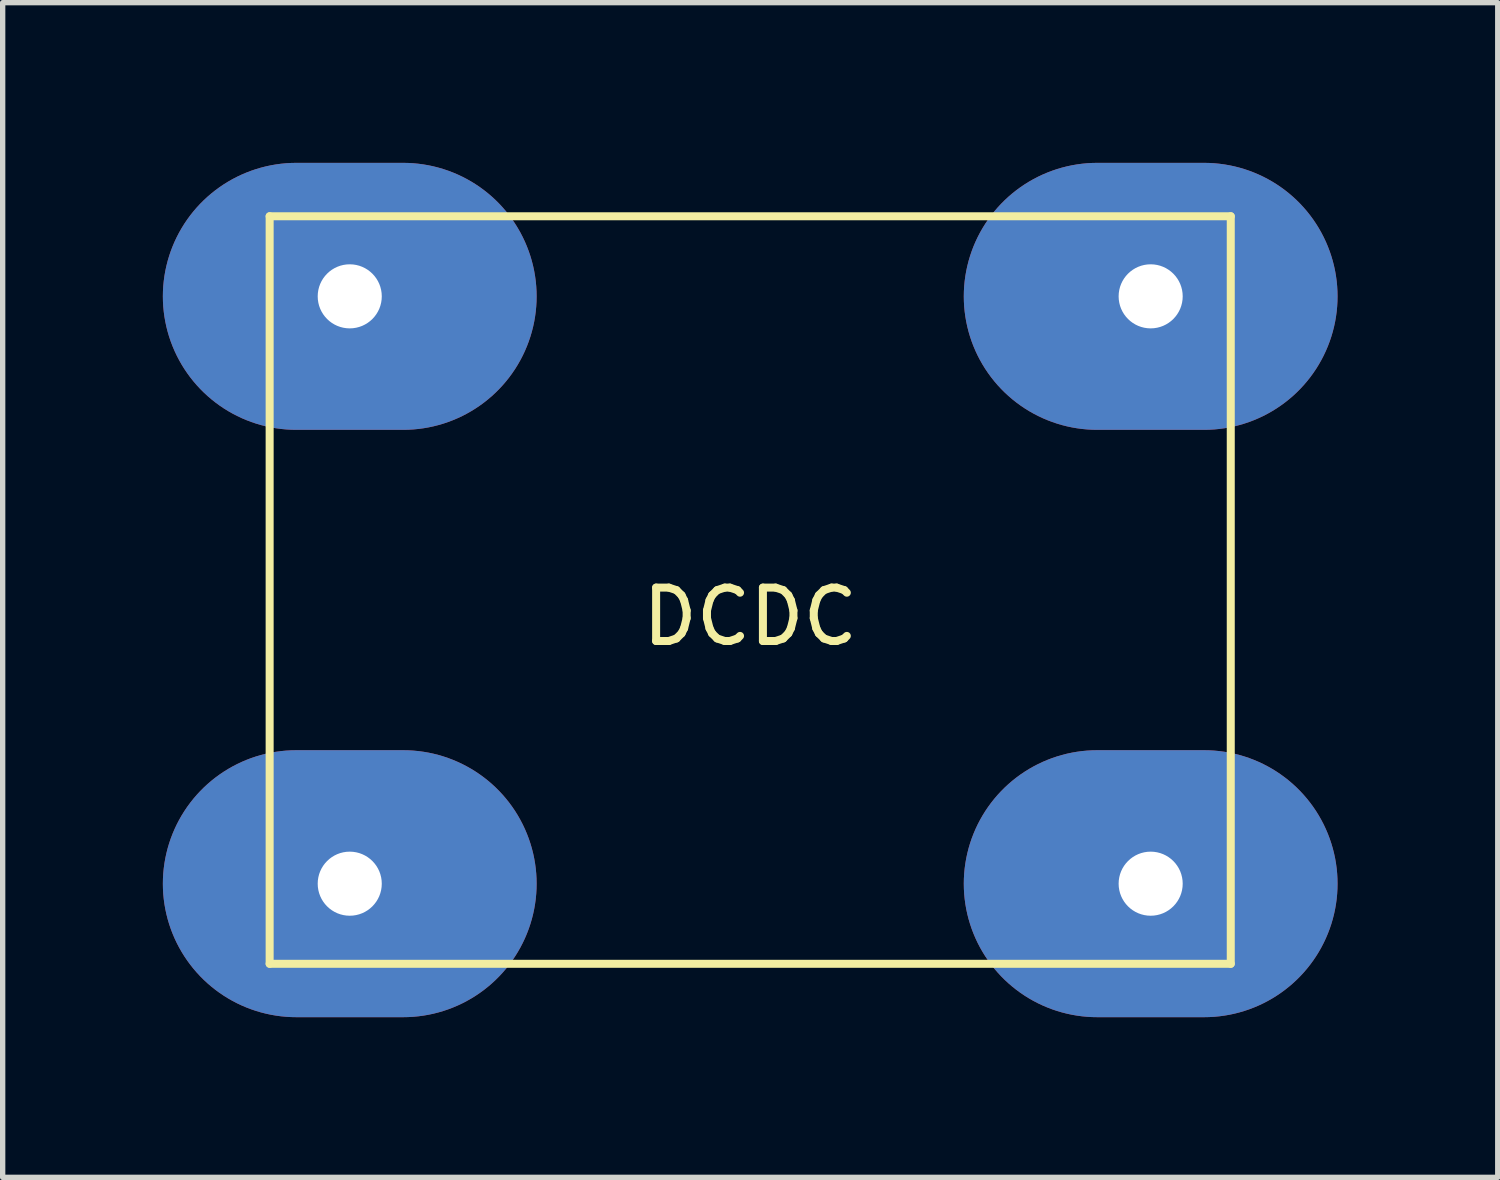
<source format=kicad_pcb>
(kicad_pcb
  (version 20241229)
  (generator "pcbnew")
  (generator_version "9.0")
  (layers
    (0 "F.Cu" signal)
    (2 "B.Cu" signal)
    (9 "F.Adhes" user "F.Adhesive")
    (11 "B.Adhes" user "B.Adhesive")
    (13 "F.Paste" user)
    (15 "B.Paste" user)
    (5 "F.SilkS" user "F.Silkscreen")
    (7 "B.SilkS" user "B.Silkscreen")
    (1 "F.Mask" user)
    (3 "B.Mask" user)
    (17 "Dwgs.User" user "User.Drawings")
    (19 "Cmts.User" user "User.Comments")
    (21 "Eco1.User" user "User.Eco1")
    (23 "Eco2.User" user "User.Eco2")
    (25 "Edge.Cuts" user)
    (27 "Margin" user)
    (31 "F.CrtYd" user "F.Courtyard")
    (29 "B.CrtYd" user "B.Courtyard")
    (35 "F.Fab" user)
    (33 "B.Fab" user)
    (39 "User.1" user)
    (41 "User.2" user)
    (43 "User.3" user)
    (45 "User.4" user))
  (footprint "DCDC"
    (layer "F.Cu")
    (at 11 8)
    (property "Reference" "DCDC" (at 0 0.5 0) (layer "F.SilkS") (effects (font (size 1 1) (thickness 0.15))))
    (attr through_hole)
    (fp_line (start -9 -7) (end 9 -7) (stroke (width 0.15) (type solid)) (layer "F.SilkS"))
    (fp_line (start -9 7) (end -9 -7) (stroke (width 0.15) (type solid)) (layer "F.SilkS"))
    (fp_line (start 9 -7) (end 9 7) (stroke (width 0.15) (type solid)) (layer "F.SilkS"))
    (fp_line (start 9 7) (end -9 7) (stroke (width 0.15) (type solid)) (layer "F.SilkS"))
    (pad "1" thru_hole oval (at -7.5 -5.5) (size 7 5) (drill 1.2) (layers "*.Cu" "*.Mask"))
    (pad "2" thru_hole oval (at -7.5 5.5) (size 7 5) (drill 1.2) (layers "*.Cu" "*.Mask"))
    (pad "3" thru_hole oval (at 7.5 5.5) (size 7 5) (drill 1.2) (layers "*.Cu" "*.Mask"))
    (pad "4" thru_hole oval (at 7.5 -5.5) (size 7 5) (drill 1.2) (layers "*.Cu" "*.Mask")))
  (gr_rect
    (start -3 -3)
    (end 25 19)
    (stroke (width 0.1) (type default))
    (fill no)
    (layer "Edge.Cuts")))
</source>
